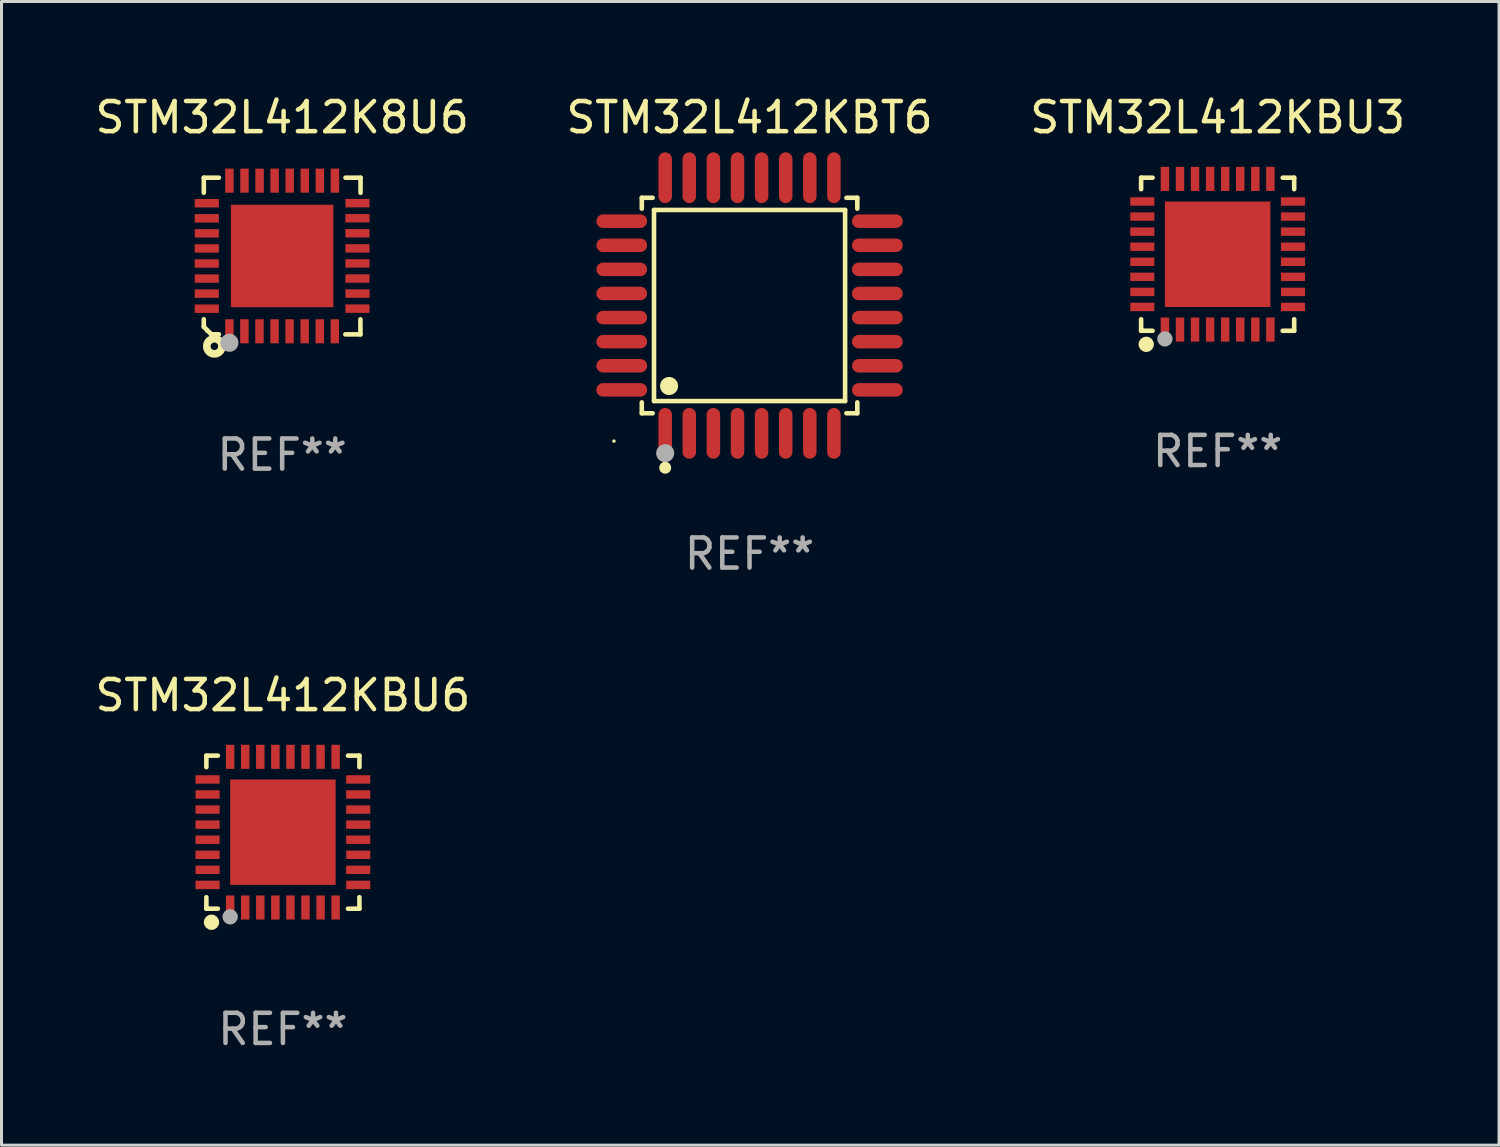
<source format=kicad_pcb>
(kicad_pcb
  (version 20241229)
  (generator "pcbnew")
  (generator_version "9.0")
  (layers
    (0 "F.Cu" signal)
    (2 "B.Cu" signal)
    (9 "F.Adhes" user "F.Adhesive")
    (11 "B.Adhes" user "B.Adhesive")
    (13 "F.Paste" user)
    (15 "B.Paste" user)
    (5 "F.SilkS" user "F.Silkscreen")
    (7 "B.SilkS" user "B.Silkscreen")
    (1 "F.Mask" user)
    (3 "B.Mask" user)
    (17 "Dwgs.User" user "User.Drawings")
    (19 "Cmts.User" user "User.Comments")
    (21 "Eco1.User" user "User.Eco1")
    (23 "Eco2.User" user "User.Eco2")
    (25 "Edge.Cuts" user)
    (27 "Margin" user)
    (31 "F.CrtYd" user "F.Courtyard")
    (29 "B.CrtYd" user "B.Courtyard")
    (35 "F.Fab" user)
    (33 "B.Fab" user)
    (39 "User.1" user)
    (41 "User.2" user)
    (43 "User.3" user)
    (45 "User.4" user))
  (footprint "STM32L412K8U6"
    (layer "F.Cu")
    (at 6.315 5.448)
    (property "Reference" "STM32L412K8U6" (at 0 -4.6 0) (layer "F.SilkS") (effects (font (size 1 1) (thickness 0.15))))
    (attr through_hole)
    (fp_line (start -2.601 2.097) (end -2.601 2.347) (stroke (width 0.152) (type solid)) (layer "F.SilkS"))
    (fp_line (start -2.601 2.347) (end -2.351 2.597) (stroke (width 0.152) (type solid)) (layer "F.SilkS"))
    (fp_line (start -2.601 -2.6) (end -2.601 -2.1) (stroke (width 0.152) (type solid)) (layer "F.SilkS"))
    (fp_line (start -2.601 -2.6) (end -2.101 -2.6) (stroke (width 0.152) (type solid)) (layer "F.SilkS"))
    (fp_line (start -2.351 2.597) (end -2.101 2.597) (stroke (width 0.152) (type solid)) (layer "F.SilkS"))
    (fp_line (start 2.597 2.6) (end 2.097 2.6) (stroke (width 0.152) (type solid)) (layer "F.SilkS"))
    (fp_line (start 2.597 2.6) (end 2.597 2.1) (stroke (width 0.152) (type solid)) (layer "F.SilkS"))
    (fp_line (start 2.601 -2.6) (end 2.101 -2.6) (stroke (width 0.152) (type solid)) (layer "F.SilkS"))
    (fp_line (start 2.601 -2.6) (end 2.601 -2.1) (stroke (width 0.152) (type solid)) (layer "F.SilkS"))
    (fp_circle (center -2.501 2.497) (end -2.471 2.497) (stroke (width 0.06) (type solid)) (fill no) (layer "F.SilkS"))
    (fp_circle (center -2.25 2.995) (end -2.125 2.995) (stroke (width 0.254) (type solid)) (fill no) (layer "F.SilkS"))
    (fp_circle (center -1.751 2.878) (end -1.601 2.878) (stroke (width 0.3) (type solid)) (fill no) (layer "F.Fab"))
    (fp_text user "REF**" (at 0 6.6 0) (layer "F.Fab") (effects (font (size 1 1) (thickness 0.15))))
    (pad "1" smd rect (at -1.751 2.497) (size 0.28 0.8) (layers "F.Cu" "F.Mask" "F.Paste"))
    (pad "2" smd rect (at -1.253 2.497) (size 0.28 0.8) (layers "F.Cu" "F.Mask" "F.Paste"))
    (pad "3" smd rect (at -0.753 2.497) (size 0.28 0.8) (layers "F.Cu" "F.Mask" "F.Paste"))
    (pad "4" smd rect (at -0.253 2.497) (size 0.28 0.8) (layers "F.Cu" "F.Mask" "F.Paste"))
    (pad "5" smd rect (at 0.247 2.497) (size 0.28 0.8) (layers "F.Cu" "F.Mask" "F.Paste"))
    (pad "6" smd rect (at 0.747 2.497) (size 0.28 0.8) (layers "F.Cu" "F.Mask" "F.Paste"))
    (pad "7" smd rect (at 1.247 2.497) (size 0.28 0.8) (layers "F.Cu" "F.Mask" "F.Paste"))
    (pad "8" smd rect (at 1.747 2.497) (size 0.28 0.8) (layers "F.Cu" "F.Mask" "F.Paste"))
    (pad "9" smd rect (at 2.499 1.746) (size 0.8 0.28) (layers "F.Cu" "F.Mask" "F.Paste"))
    (pad "10" smd rect (at 2.499 1.245) (size 0.8 0.28) (layers "F.Cu" "F.Mask" "F.Paste"))
    (pad "11" smd rect (at 2.499 0.746) (size 0.8 0.28) (layers "F.Cu" "F.Mask" "F.Paste"))
    (pad "12" smd rect (at 2.499 0.245) (size 0.8 0.28) (layers "F.Cu" "F.Mask" "F.Paste"))
    (pad "13" smd rect (at 2.499 -0.254) (size 0.8 0.28) (layers "F.Cu" "F.Mask" "F.Paste"))
    (pad "14" smd rect (at 2.499 -0.755) (size 0.8 0.28) (layers "F.Cu" "F.Mask" "F.Paste"))
    (pad "15" smd rect (at 2.499 -1.254) (size 0.8 0.28) (layers "F.Cu" "F.Mask" "F.Paste"))
    (pad "16" smd rect (at 2.499 -1.755) (size 0.8 0.28) (layers "F.Cu" "F.Mask" "F.Paste"))
    (pad "17" smd rect (at 1.75 -2.502) (size 0.28 0.8) (layers "F.Cu" "F.Mask" "F.Paste"))
    (pad "18" smd rect (at 1.25 -2.502) (size 0.28 0.8) (layers "F.Cu" "F.Mask" "F.Paste"))
    (pad "19" smd rect (at 0.75 -2.502) (size 0.28 0.8) (layers "F.Cu" "F.Mask" "F.Paste"))
    (pad "20" smd rect (at 0.25 -2.502) (size 0.28 0.8) (layers "F.Cu" "F.Mask" "F.Paste"))
    (pad "21" smd rect (at -0.25 -2.502) (size 0.28 0.8) (layers "F.Cu" "F.Mask" "F.Paste"))
    (pad "22" smd rect (at -0.75 -2.502) (size 0.28 0.8) (layers "F.Cu" "F.Mask" "F.Paste"))
    (pad "23" smd rect (at -1.25 -2.502) (size 0.28 0.8) (layers "F.Cu" "F.Mask" "F.Paste"))
    (pad "24" smd rect (at -1.75 -2.502) (size 0.28 0.8) (layers "F.Cu" "F.Mask" "F.Paste"))
    (pad "25" smd rect (at -2.501 -1.753) (size 0.8 0.28) (layers "F.Cu" "F.Mask" "F.Paste"))
    (pad "26" smd rect (at -2.501 -1.252) (size 0.8 0.28) (layers "F.Cu" "F.Mask" "F.Paste"))
    (pad "27" smd rect (at -2.501 -0.753) (size 0.8 0.28) (layers "F.Cu" "F.Mask" "F.Paste"))
    (pad "28" smd rect (at -2.501 -0.252) (size 0.8 0.28) (layers "F.Cu" "F.Mask" "F.Paste"))
    (pad "29" smd rect (at -2.501 0.247) (size 0.8 0.28) (layers "F.Cu" "F.Mask" "F.Paste"))
    (pad "30" smd rect (at -2.501 0.748) (size 0.8 0.28) (layers "F.Cu" "F.Mask" "F.Paste"))
    (pad "31" smd rect (at -2.501 1.247) (size 0.8 0.28) (layers "F.Cu" "F.Mask" "F.Paste"))
    (pad "32" smd rect (at -2.501 1.748) (size 0.8 0.28) (layers "F.Cu" "F.Mask" "F.Paste"))
    (pad "33" smd rect (at -0.001 -0.003 180) (size 3.4 3.4) (layers "F.Cu" "F.Mask" "F.Paste")))
  (footprint "STM32L412KBU6"
    (layer "F.Cu")
    (at 6.339 24.569)
    (property "Reference" "STM32L412KBU6" (at 0 -4.54 0) (layer "F.SilkS") (effects (font (size 1 1) (thickness 0.15))))
    (attr through_hole)
    (fp_line (start -2.54 -2.54) (end -2.159 -2.54) (stroke (width 0.152) (type solid)) (layer "F.SilkS"))
    (fp_line (start -2.54 -2.159) (end -2.54 -2.54) (stroke (width 0.152) (type solid)) (layer "F.SilkS"))
    (fp_line (start -2.54 2.54) (end -2.54 2.159) (stroke (width 0.152) (type solid)) (layer "F.SilkS"))
    (fp_line (start -2.159 2.54) (end -2.54 2.54) (stroke (width 0.152) (type solid)) (layer "F.SilkS"))
    (fp_line (start 2.159 -2.54) (end 2.54 -2.54) (stroke (width 0.152) (type solid)) (layer "F.SilkS"))
    (fp_line (start 2.54 -2.54) (end 2.54 -2.159) (stroke (width 0.152) (type solid)) (layer "F.SilkS"))
    (fp_line (start 2.54 2.159) (end 2.54 2.54) (stroke (width 0.152) (type solid)) (layer "F.SilkS"))
    (fp_line (start 2.54 2.54) (end 2.159 2.54) (stroke (width 0.152) (type solid)) (layer "F.SilkS"))
    (fp_circle (center -2.5 2.5) (end -2.47 2.5) (stroke (width 0.06) (type solid)) (fill no) (layer "F.SilkS"))
    (fp_circle (center -2.37 2.99) (end -2.243 2.99) (stroke (width 0.254) (type solid)) (fill no) (layer "F.SilkS"))
    (fp_circle (center -1.75 2.81) (end -1.623 2.81) (stroke (width 0.254) (type solid)) (fill no) (layer "F.Fab"))
    (fp_text user "REF**" (at 0 6.54 0) (layer "F.Fab") (effects (font (size 1 1) (thickness 0.15))))
    (pad "1" smd rect (at -1.75 2.5) (size 0.28 0.8) (layers "F.Cu" "F.Mask" "F.Paste"))
    (pad "2" smd rect (at -1.25 2.5) (size 0.28 0.8) (layers "F.Cu" "F.Mask" "F.Paste"))
    (pad "3" smd rect (at -0.75 2.5) (size 0.28 0.8) (layers "F.Cu" "F.Mask" "F.Paste"))
    (pad "4" smd rect (at -0.25 2.5) (size 0.28 0.8) (layers "F.Cu" "F.Mask" "F.Paste"))
    (pad "5" smd rect (at 0.25 2.5) (size 0.28 0.8) (layers "F.Cu" "F.Mask" "F.Paste"))
    (pad "6" smd rect (at 0.75 2.5) (size 0.28 0.8) (layers "F.Cu" "F.Mask" "F.Paste"))
    (pad "7" smd rect (at 1.25 2.5) (size 0.28 0.8) (layers "F.Cu" "F.Mask" "F.Paste"))
    (pad "8" smd rect (at 1.75 2.5) (size 0.28 0.8) (layers "F.Cu" "F.Mask" "F.Paste"))
    (pad "9" smd rect (at 2.5 1.75) (size 0.8 0.28) (layers "F.Cu" "F.Mask" "F.Paste"))
    (pad "10" smd rect (at 2.5 1.25) (size 0.8 0.28) (layers "F.Cu" "F.Mask" "F.Paste"))
    (pad "11" smd rect (at 2.5 0.75) (size 0.8 0.28) (layers "F.Cu" "F.Mask" "F.Paste"))
    (pad "12" smd rect (at 2.5 0.25) (size 0.8 0.28) (layers "F.Cu" "F.Mask" "F.Paste"))
    (pad "13" smd rect (at 2.5 -0.25) (size 0.8 0.28) (layers "F.Cu" "F.Mask" "F.Paste"))
    (pad "14" smd rect (at 2.5 -0.75) (size 0.8 0.28) (layers "F.Cu" "F.Mask" "F.Paste"))
    (pad "15" smd rect (at 2.5 -1.25) (size 0.8 0.28) (layers "F.Cu" "F.Mask" "F.Paste"))
    (pad "16" smd rect (at 2.5 -1.75) (size 0.8 0.28) (layers "F.Cu" "F.Mask" "F.Paste"))
    (pad "17" smd rect (at 1.75 -2.5) (size 0.28 0.8) (layers "F.Cu" "F.Mask" "F.Paste"))
    (pad "18" smd rect (at 1.25 -2.5) (size 0.28 0.8) (layers "F.Cu" "F.Mask" "F.Paste"))
    (pad "19" smd rect (at 0.75 -2.5) (size 0.28 0.8) (layers "F.Cu" "F.Mask" "F.Paste"))
    (pad "20" smd rect (at 0.25 -2.5) (size 0.28 0.8) (layers "F.Cu" "F.Mask" "F.Paste"))
    (pad "21" smd rect (at -0.25 -2.5) (size 0.28 0.8) (layers "F.Cu" "F.Mask" "F.Paste"))
    (pad "22" smd rect (at -0.75 -2.5) (size 0.28 0.8) (layers "F.Cu" "F.Mask" "F.Paste"))
    (pad "23" smd rect (at -1.25 -2.5) (size 0.28 0.8) (layers "F.Cu" "F.Mask" "F.Paste"))
    (pad "24" smd rect (at -1.75 -2.5) (size 0.28 0.8) (layers "F.Cu" "F.Mask" "F.Paste"))
    (pad "25" smd rect (at -2.5 -1.75) (size 0.8 0.28) (layers "F.Cu" "F.Mask" "F.Paste"))
    (pad "26" smd rect (at -2.5 -1.25) (size 0.8 0.28) (layers "F.Cu" "F.Mask" "F.Paste"))
    (pad "27" smd rect (at -2.5 -0.75) (size 0.8 0.28) (layers "F.Cu" "F.Mask" "F.Paste"))
    (pad "28" smd rect (at -2.5 -0.25) (size 0.8 0.28) (layers "F.Cu" "F.Mask" "F.Paste"))
    (pad "29" smd rect (at -2.5 0.25) (size 0.8 0.28) (layers "F.Cu" "F.Mask" "F.Paste"))
    (pad "30" smd rect (at -2.5 0.75) (size 0.8 0.28) (layers "F.Cu" "F.Mask" "F.Paste"))
    (pad "31" smd rect (at -2.5 1.25) (size 0.8 0.28) (layers "F.Cu" "F.Mask" "F.Paste"))
    (pad "32" smd rect (at -2.5 1.75) (size 0.8 0.28) (layers "F.Cu" "F.Mask" "F.Paste"))
    (pad "33" smd rect (at 0.000127 0.000127) (size 3.5 3.5) (layers "F.Cu" "F.Mask" "F.Paste")))
  (footprint "STM32L412KBT6"
    (layer "F.Cu")
    (at 21.827 7.09)
    (property "Reference" "STM32L412KBT6" (at 0 -6.242 0) (layer "F.SilkS") (effects (font (size 1 1) (thickness 0.15))))
    (attr through_hole)
    (fp_line (start -3.576 -3.576) (end -3.215 -3.576) (stroke (width 0.152) (type solid)) (layer "F.SilkS"))
    (fp_line (start -3.576 -3.215) (end -3.576 -3.576) (stroke (width 0.152) (type solid)) (layer "F.SilkS"))
    (fp_line (start -3.576 3.215) (end -3.576 3.576) (stroke (width 0.152) (type solid)) (layer "F.SilkS"))
    (fp_line (start -3.576 3.576) (end -3.215 3.576) (stroke (width 0.152) (type solid)) (layer "F.SilkS"))
    (fp_line (start -3.171 -3.171) (end 3.171 -3.171) (stroke (width 0.152) (type solid)) (layer "F.SilkS"))
    (fp_line (start -3.171 3.171) (end -3.171 -3.171) (stroke (width 0.152) (type solid)) (layer "F.SilkS"))
    (fp_line (start 3.171 -3.171) (end 3.171 3.171) (stroke (width 0.152) (type solid)) (layer "F.SilkS"))
    (fp_line (start 3.171 3.171) (end -3.171 3.171) (stroke (width 0.152) (type solid)) (layer "F.SilkS"))
    (fp_line (start 3.576 -3.576) (end 3.215 -3.576) (stroke (width 0.152) (type solid)) (layer "F.SilkS"))
    (fp_line (start 3.576 -3.215) (end 3.576 -3.576) (stroke (width 0.152) (type solid)) (layer "F.SilkS"))
    (fp_line (start 3.576 3.215) (end 3.576 3.576) (stroke (width 0.152) (type solid)) (layer "F.SilkS"))
    (fp_line (start 3.576 3.576) (end 3.215 3.576) (stroke (width 0.152) (type solid)) (layer "F.SilkS"))
    (fp_circle (center -4.5 4.5) (end -4.47 4.5) (stroke (width 0.06) (type solid)) (fill no) (layer "F.SilkS"))
    (fp_circle (center -2.8 5.384) (end -2.7 5.384) (stroke (width 0.2) (type solid)) (fill no) (layer "F.SilkS"))
    (fp_circle (center -2.671 2.671) (end -2.521 2.671) (stroke (width 0.3) (type solid)) (fill no) (layer "F.SilkS"))
    (fp_circle (center -2.8 4.9) (end -2.65 4.9) (stroke (width 0.3) (type solid)) (fill no) (layer "F.Fab"))
    (fp_text user "REF**" (at 0 8.242 0) (layer "F.Fab") (effects (font (size 1 1) (thickness 0.15))))
    (pad "1" smd oval (at -2.8 4.242) (size 0.448 1.684) (layers "F.Cu" "F.Mask" "F.Paste"))
    (pad "2" smd oval (at -2 4.242) (size 0.448 1.684) (layers "F.Cu" "F.Mask" "F.Paste"))
    (pad "3" smd oval (at -1.2 4.242) (size 0.448 1.684) (layers "F.Cu" "F.Mask" "F.Paste"))
    (pad "4" smd oval (at -0.4 4.242) (size 0.448 1.684) (layers "F.Cu" "F.Mask" "F.Paste"))
    (pad "5" smd oval (at 0.4 4.242) (size 0.448 1.684) (layers "F.Cu" "F.Mask" "F.Paste"))
    (pad "6" smd oval (at 1.2 4.242) (size 0.448 1.684) (layers "F.Cu" "F.Mask" "F.Paste"))
    (pad "7" smd oval (at 2 4.242) (size 0.448 1.684) (layers "F.Cu" "F.Mask" "F.Paste"))
    (pad "8" smd oval (at 2.8 4.242) (size 0.448 1.684) (layers "F.Cu" "F.Mask" "F.Paste"))
    (pad "9" smd oval (at 4.242 2.8) (size 1.684 0.448) (layers "F.Cu" "F.Mask" "F.Paste"))
    (pad "10" smd oval (at 4.242 2) (size 1.684 0.448) (layers "F.Cu" "F.Mask" "F.Paste"))
    (pad "11" smd oval (at 4.242 1.2) (size 1.684 0.448) (layers "F.Cu" "F.Mask" "F.Paste"))
    (pad "12" smd oval (at 4.242 0.4) (size 1.684 0.448) (layers "F.Cu" "F.Mask" "F.Paste"))
    (pad "13" smd oval (at 4.242 -0.4) (size 1.684 0.448) (layers "F.Cu" "F.Mask" "F.Paste"))
    (pad "14" smd oval (at 4.242 -1.2) (size 1.684 0.448) (layers "F.Cu" "F.Mask" "F.Paste"))
    (pad "15" smd oval (at 4.242 -2) (size 1.684 0.448) (layers "F.Cu" "F.Mask" "F.Paste"))
    (pad "16" smd oval (at 4.242 -2.8) (size 1.684 0.448) (layers "F.Cu" "F.Mask" "F.Paste"))
    (pad "17" smd oval (at 2.8 -4.242) (size 0.448 1.684) (layers "F.Cu" "F.Mask" "F.Paste"))
    (pad "18" smd oval (at 2 -4.242) (size 0.448 1.684) (layers "F.Cu" "F.Mask" "F.Paste"))
    (pad "19" smd oval (at 1.2 -4.242) (size 0.448 1.684) (layers "F.Cu" "F.Mask" "F.Paste"))
    (pad "20" smd oval (at 0.4 -4.242) (size 0.448 1.684) (layers "F.Cu" "F.Mask" "F.Paste"))
    (pad "21" smd oval (at -0.4 -4.242) (size 0.448 1.684) (layers "F.Cu" "F.Mask" "F.Paste"))
    (pad "22" smd oval (at -1.2 -4.242) (size 0.448 1.684) (layers "F.Cu" "F.Mask" "F.Paste"))
    (pad "23" smd oval (at -2 -4.242) (size 0.448 1.684) (layers "F.Cu" "F.Mask" "F.Paste"))
    (pad "24" smd oval (at -2.8 -4.242) (size 0.448 1.684) (layers "F.Cu" "F.Mask" "F.Paste"))
    (pad "25" smd oval (at -4.242 -2.8) (size 1.684 0.448) (layers "F.Cu" "F.Mask" "F.Paste"))
    (pad "26" smd oval (at -4.242 -2) (size 1.684 0.448) (layers "F.Cu" "F.Mask" "F.Paste"))
    (pad "27" smd oval (at -4.242 -1.2) (size 1.684 0.448) (layers "F.Cu" "F.Mask" "F.Paste"))
    (pad "28" smd oval (at -4.242 -0.4) (size 1.684 0.448) (layers "F.Cu" "F.Mask" "F.Paste"))
    (pad "29" smd oval (at -4.242 0.4) (size 1.684 0.448) (layers "F.Cu" "F.Mask" "F.Paste"))
    (pad "30" smd oval (at -4.242 1.2) (size 1.684 0.448) (layers "F.Cu" "F.Mask" "F.Paste"))
    (pad "31" smd oval (at -4.242 2) (size 1.684 0.448) (layers "F.Cu" "F.Mask" "F.Paste"))
    (pad "32" smd oval (at -4.242 2.8) (size 1.684 0.448) (layers "F.Cu" "F.Mask" "F.Paste")))
  (footprint "STM32L412KBU3"
    (layer "F.Cu")
    (at 37.363 5.388)
    (property "Reference" "STM32L412KBU3" (at 0 -4.54 0) (layer "F.SilkS") (effects (font (size 1 1) (thickness 0.15))))
    (attr through_hole)
    (fp_line (start -2.54 -2.54) (end -2.159 -2.54) (stroke (width 0.152) (type solid)) (layer "F.SilkS"))
    (fp_line (start -2.54 -2.159) (end -2.54 -2.54) (stroke (width 0.152) (type solid)) (layer "F.SilkS"))
    (fp_line (start -2.54 2.54) (end -2.54 2.159) (stroke (width 0.152) (type solid)) (layer "F.SilkS"))
    (fp_line (start -2.159 2.54) (end -2.54 2.54) (stroke (width 0.152) (type solid)) (layer "F.SilkS"))
    (fp_line (start 2.159 -2.54) (end 2.54 -2.54) (stroke (width 0.152) (type solid)) (layer "F.SilkS"))
    (fp_line (start 2.54 -2.54) (end 2.54 -2.159) (stroke (width 0.152) (type solid)) (layer "F.SilkS"))
    (fp_line (start 2.54 2.159) (end 2.54 2.54) (stroke (width 0.152) (type solid)) (layer "F.SilkS"))
    (fp_line (start 2.54 2.54) (end 2.159 2.54) (stroke (width 0.152) (type solid)) (layer "F.SilkS"))
    (fp_circle (center -2.5 2.5) (end -2.47 2.5) (stroke (width 0.06) (type solid)) (fill no) (layer "F.SilkS"))
    (fp_circle (center -2.37 2.99) (end -2.243 2.99) (stroke (width 0.254) (type solid)) (fill no) (layer "F.SilkS"))
    (fp_circle (center -1.75 2.81) (end -1.623 2.81) (stroke (width 0.254) (type solid)) (fill no) (layer "F.Fab"))
    (fp_text user "REF**" (at 0 6.54 0) (layer "F.Fab") (effects (font (size 1 1) (thickness 0.15))))
    (pad "1" smd rect (at -1.75 2.5) (size 0.28 0.8) (layers "F.Cu" "F.Mask" "F.Paste"))
    (pad "2" smd rect (at -1.25 2.5) (size 0.28 0.8) (layers "F.Cu" "F.Mask" "F.Paste"))
    (pad "3" smd rect (at -0.75 2.5) (size 0.28 0.8) (layers "F.Cu" "F.Mask" "F.Paste"))
    (pad "4" smd rect (at -0.25 2.5) (size 0.28 0.8) (layers "F.Cu" "F.Mask" "F.Paste"))
    (pad "5" smd rect (at 0.25 2.5) (size 0.28 0.8) (layers "F.Cu" "F.Mask" "F.Paste"))
    (pad "6" smd rect (at 0.75 2.5) (size 0.28 0.8) (layers "F.Cu" "F.Mask" "F.Paste"))
    (pad "7" smd rect (at 1.25 2.5) (size 0.28 0.8) (layers "F.Cu" "F.Mask" "F.Paste"))
    (pad "8" smd rect (at 1.75 2.5) (size 0.28 0.8) (layers "F.Cu" "F.Mask" "F.Paste"))
    (pad "9" smd rect (at 2.5 1.75) (size 0.8 0.28) (layers "F.Cu" "F.Mask" "F.Paste"))
    (pad "10" smd rect (at 2.5 1.25) (size 0.8 0.28) (layers "F.Cu" "F.Mask" "F.Paste"))
    (pad "11" smd rect (at 2.5 0.75) (size 0.8 0.28) (layers "F.Cu" "F.Mask" "F.Paste"))
    (pad "12" smd rect (at 2.5 0.25) (size 0.8 0.28) (layers "F.Cu" "F.Mask" "F.Paste"))
    (pad "13" smd rect (at 2.5 -0.25) (size 0.8 0.28) (layers "F.Cu" "F.Mask" "F.Paste"))
    (pad "14" smd rect (at 2.5 -0.75) (size 0.8 0.28) (layers "F.Cu" "F.Mask" "F.Paste"))
    (pad "15" smd rect (at 2.5 -1.25) (size 0.8 0.28) (layers "F.Cu" "F.Mask" "F.Paste"))
    (pad "16" smd rect (at 2.5 -1.75) (size 0.8 0.28) (layers "F.Cu" "F.Mask" "F.Paste"))
    (pad "17" smd rect (at 1.75 -2.5) (size 0.28 0.8) (layers "F.Cu" "F.Mask" "F.Paste"))
    (pad "18" smd rect (at 1.25 -2.5) (size 0.28 0.8) (layers "F.Cu" "F.Mask" "F.Paste"))
    (pad "19" smd rect (at 0.75 -2.5) (size 0.28 0.8) (layers "F.Cu" "F.Mask" "F.Paste"))
    (pad "20" smd rect (at 0.25 -2.5) (size 0.28 0.8) (layers "F.Cu" "F.Mask" "F.Paste"))
    (pad "21" smd rect (at -0.25 -2.5) (size 0.28 0.8) (layers "F.Cu" "F.Mask" "F.Paste"))
    (pad "22" smd rect (at -0.75 -2.5) (size 0.28 0.8) (layers "F.Cu" "F.Mask" "F.Paste"))
    (pad "23" smd rect (at -1.25 -2.5) (size 0.28 0.8) (layers "F.Cu" "F.Mask" "F.Paste"))
    (pad "24" smd rect (at -1.75 -2.5) (size 0.28 0.8) (layers "F.Cu" "F.Mask" "F.Paste"))
    (pad "25" smd rect (at -2.5 -1.75) (size 0.8 0.28) (layers "F.Cu" "F.Mask" "F.Paste"))
    (pad "26" smd rect (at -2.5 -1.25) (size 0.8 0.28) (layers "F.Cu" "F.Mask" "F.Paste"))
    (pad "27" smd rect (at -2.5 -0.75) (size 0.8 0.28) (layers "F.Cu" "F.Mask" "F.Paste"))
    (pad "28" smd rect (at -2.5 -0.25) (size 0.8 0.28) (layers "F.Cu" "F.Mask" "F.Paste"))
    (pad "29" smd rect (at -2.5 0.25) (size 0.8 0.28) (layers "F.Cu" "F.Mask" "F.Paste"))
    (pad "30" smd rect (at -2.5 0.75) (size 0.8 0.28) (layers "F.Cu" "F.Mask" "F.Paste"))
    (pad "31" smd rect (at -2.5 1.25) (size 0.8 0.28) (layers "F.Cu" "F.Mask" "F.Paste"))
    (pad "32" smd rect (at -2.5 1.75) (size 0.8 0.28) (layers "F.Cu" "F.Mask" "F.Paste"))
    (pad "33" smd rect (at 0.000127 0.000127) (size 3.5 3.5) (layers "F.Cu" "F.Mask" "F.Paste")))
  (gr_rect
    (start -3 -3)
    (end 46.702 34.957)
    (stroke (width 0.1) (type default))
    (fill no)
    (layer "Edge.Cuts")))
</source>
